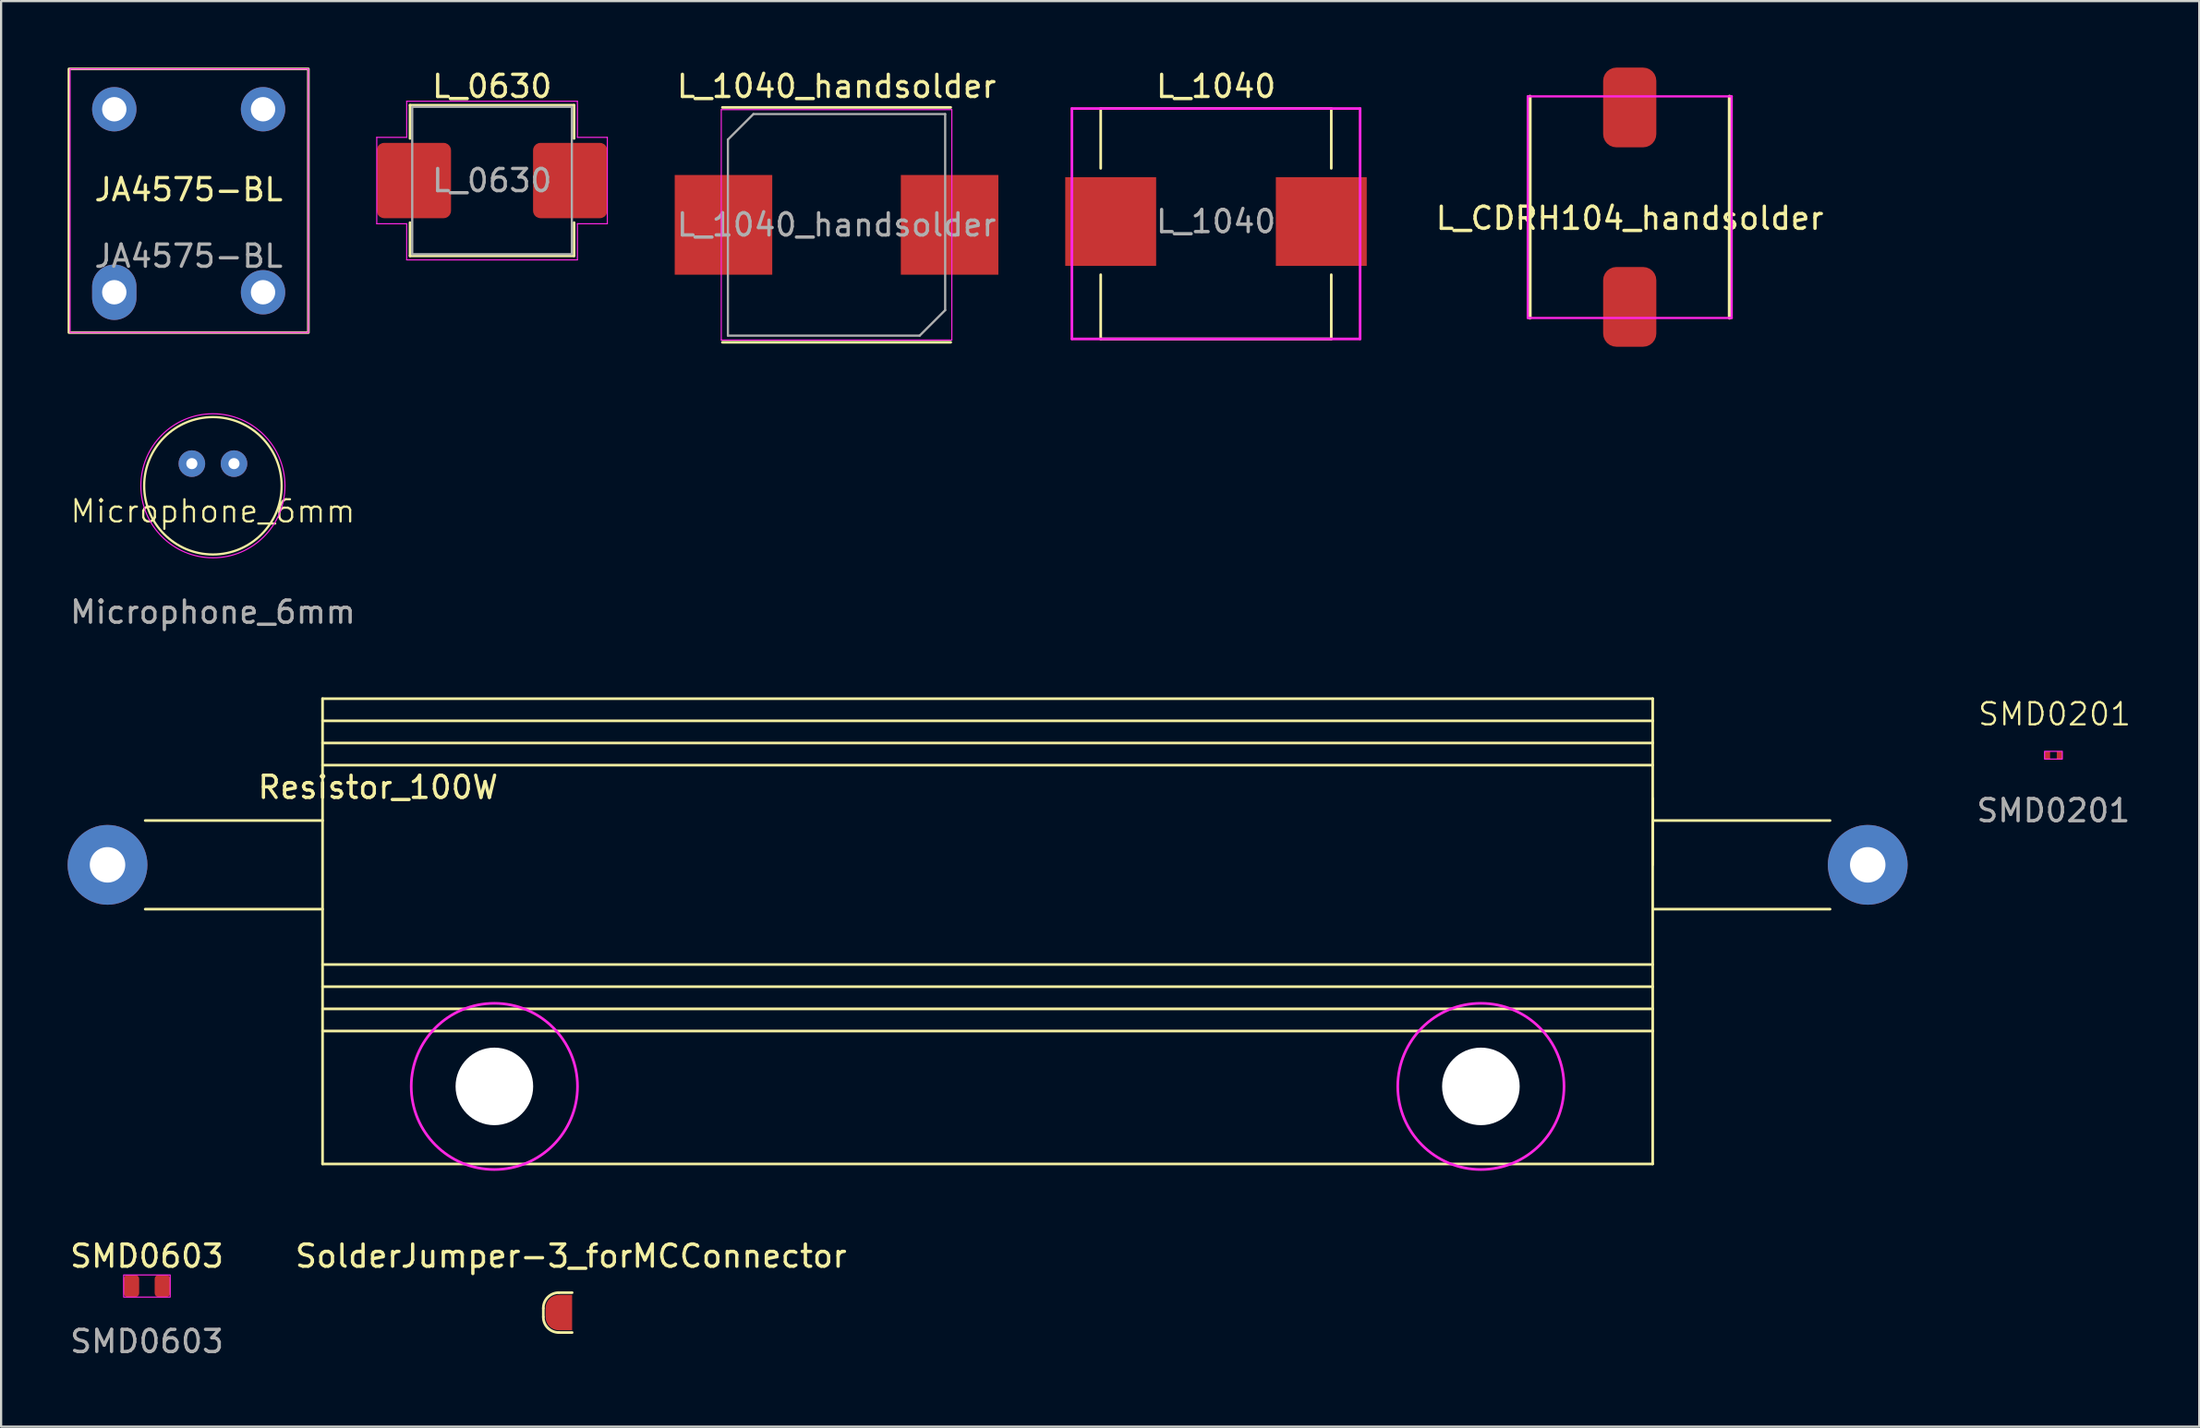
<source format=kicad_pcb>
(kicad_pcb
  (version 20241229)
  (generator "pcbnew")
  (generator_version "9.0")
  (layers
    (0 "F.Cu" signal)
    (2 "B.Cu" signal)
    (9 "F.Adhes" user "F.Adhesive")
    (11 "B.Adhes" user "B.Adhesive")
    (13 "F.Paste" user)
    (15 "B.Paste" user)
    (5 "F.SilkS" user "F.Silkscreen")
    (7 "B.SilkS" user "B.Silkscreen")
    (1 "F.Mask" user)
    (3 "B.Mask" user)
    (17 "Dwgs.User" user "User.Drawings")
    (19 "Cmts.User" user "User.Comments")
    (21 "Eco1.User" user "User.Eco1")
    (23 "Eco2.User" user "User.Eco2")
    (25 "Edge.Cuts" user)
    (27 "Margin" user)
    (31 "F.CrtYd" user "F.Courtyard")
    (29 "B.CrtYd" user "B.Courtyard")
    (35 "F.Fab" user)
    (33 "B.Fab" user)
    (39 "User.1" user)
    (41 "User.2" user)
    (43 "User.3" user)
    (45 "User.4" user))
  (footprint "SMD0603"
    (layer "F.Cu")
    (at 3.577 54.992)
    (property "Reference" "SMD0603" (at 0 -1.35 0) (unlocked yes) (layer "F.SilkS") (effects (font (size 1 1) (thickness 0.15))))
    (attr smd)
    (fp_rect (start -1.05 -0.5) (end 1.05 0.5) (stroke (width 0.05) (type default)) (fill no) (layer "F.CrtYd"))
    (fp_text user "${REFERENCE}" (at 0 2.5 0) (unlocked yes) (layer "F.Fab") (effects (font (size 1 1) (thickness 0.15))))
    (pad "1" smd roundrect (at -0.7 0) (size 0.7 1) (layers "F.Cu" "F.Mask" "F.Paste") (roundrect_rratio 0.25))
    (pad "2" smd roundrect (at 0.7 0) (size 0.7 1) (layers "F.Cu" "F.Mask" "F.Paste") (roundrect_rratio 0.25)))
  (footprint "SolderJumper-3_forMCConnector"
    (layer "F.Cu")
    (at 22.758 56.191)
    (property "Reference" "SolderJumper-3_forMCConnector" (at -0.05 -2.55 0) (layer "F.SilkS") (effects (font (size 1 1) (thickness 0.15))))
    (attr exclude_from_pos_files exclude_from_bom)
    (fp_line (start -1.3 0.2) (end -1.3 -0.2) (stroke (width 0.12) (type solid)) (layer "F.SilkS"))
    (fp_line (start -0.6 -0.9) (end 0 -0.9) (stroke (width 0.12) (type solid)) (layer "F.SilkS"))
    (fp_line (start -0.6 0.9) (end 0 0.9) (stroke (width 0.12) (type solid)) (layer "F.SilkS"))
    (fp_arc (start -1.3 -0.2) (mid -1.094975 -0.694975) (end -0.6 -0.9) (stroke (width 0.12) (type solid)) (layer "F.SilkS"))
    (fp_arc (start -0.6 0.9) (mid -1.094975 0.694975) (end -1.3 0.2) (stroke (width 0.12) (type solid)) (layer "F.SilkS"))
    (pad "1" smd custom (at -0.6 0) (size 1.2 0.4) (layers "F.Cu" "F.Mask") (options (anchor rect)) (primitives (gr_circle (center 0 0.2) (end 0.6 0.2) (width 0) (fill yes)) (gr_circle (center 0 -0.2) (end 0.6 -0.2) (width 0) (fill yes)) (gr_poly (pts (xy 0.6 0.8) (xy 0 0.8) (xy 0 -0.8) (xy 0.6 -0.8)) (width 0) (fill yes)))))
  (footprint "L_CDRH104_handsolder"
    (layer "F.Cu")
    (at 70.464 6.3)
    (property "Reference" "L_CDRH104_handsolder" (at 0 0.5 0) (layer "F.SilkS") (effects (font (size 1 1) (thickness 0.15))))
    (attr through_hole)
    (fp_line (start -4.5 -5) (end -4.5 5) (stroke (width 0.15) (type solid)) (layer "F.SilkS"))
    (fp_line (start 4.5 -5) (end 4.5 5) (stroke (width 0.15) (type solid)) (layer "F.SilkS"))
    (fp_line (start -4.6 -5) (end 4.6 -5) (stroke (width 0.1) (type solid)) (layer "F.CrtYd"))
    (fp_line (start -4.6 5) (end -4.6 -5) (stroke (width 0.1) (type solid)) (layer "F.CrtYd"))
    (fp_line (start -4.6 5) (end 4.6 5) (stroke (width 0.1) (type solid)) (layer "F.CrtYd"))
    (fp_line (start 4.6 -5) (end 4.6 5) (stroke (width 0.1) (type solid)) (layer "F.CrtYd"))
    (pad "1" smd roundrect (at 0 -4.5) (size 2.4 3.6) (layers "F.Cu" "F.Mask" "F.Paste") (roundrect_rratio 0.25))
    (pad "2" smd roundrect (at 0 4.5) (size 2.4 3.6) (layers "F.Cu" "F.Mask" "F.Paste") (roundrect_rratio 0.25)))
  (footprint "L_1040_handsolder"
    (layer "F.Cu")
    (at 34.685 7.098)
    (property "Reference" "L_1040_handsolder" (at 0 -6.25 0) (layer "F.SilkS") (effects (font (size 1 1) (thickness 0.15))))
    (attr smd)
    (fp_line (start -5.15 -5.3) (end 5.15 -5.3) (stroke (width 0.12) (type solid)) (layer "F.SilkS"))
    (fp_line (start -5.15 5.3) (end 5.15 5.3) (stroke (width 0.12) (type solid)) (layer "F.SilkS"))
    (fp_line (start -5.2 -5.2) (end -5.2 5.2) (stroke (width 0.05) (type solid)) (layer "F.CrtYd"))
    (fp_line (start -5.2 5.2) (end 5.2 5.2) (stroke (width 0.05) (type solid)) (layer "F.CrtYd"))
    (fp_line (start 5.2 -5.2) (end -5.2 -5.2) (stroke (width 0.05) (type solid)) (layer "F.CrtYd"))
    (fp_line (start 5.2 5.2) (end 5.2 -5.2) (stroke (width 0.05) (type solid)) (layer "F.CrtYd"))
    (fp_line (start -4.9 -3.85) (end -4.9 5) (stroke (width 0.1) (type solid)) (layer "F.Fab"))
    (fp_line (start -4.9 -3.85) (end -3.75 -5) (stroke (width 0.1) (type solid)) (layer "F.Fab"))
    (fp_line (start -4.9 5) (end 3.75 5) (stroke (width 0.1) (type solid)) (layer "F.Fab"))
    (fp_line (start 3.75 5) (end 4.9 3.85) (stroke (width 0.1) (type solid)) (layer "F.Fab"))
    (fp_line (start 4.9 -5) (end -3.75 -5) (stroke (width 0.1) (type solid)) (layer "F.Fab"))
    (fp_line (start 4.9 3.85) (end 4.9 -5) (stroke (width 0.1) (type solid)) (layer "F.Fab"))
    (fp_text user "${REFERENCE}" (at 0 0 0) (layer "F.Fab") (effects (font (size 1 1) (thickness 0.15))))
    (pad "1" smd rect (at -5.1 0) (size 4.4 4.5) (layers "F.Cu" "F.Mask" "F.Paste"))
    (pad "2" smd rect (at 5.1 0) (size 4.4 4.5) (layers "F.Cu" "F.Mask" "F.Paste")))
  (footprint "L_0630"
    (layer "F.Cu")
    (at 19.145 5.098)
    (property "Reference" "L_0630" (at 0 -4.25 0) (layer "F.SilkS") (effects (font (size 1 1) (thickness 0.15))))
    (attr smd)
    (fp_line (start -3.7 -3.4) (end -3.7 -1.9) (stroke (width 0.12) (type solid)) (layer "F.SilkS"))
    (fp_line (start -3.7 3.4) (end -3.7 1.9) (stroke (width 0.12) (type solid)) (layer "F.SilkS"))
    (fp_line (start -3.7 3.4) (end 3.7 3.4) (stroke (width 0.12) (type solid)) (layer "F.SilkS"))
    (fp_line (start 3.7 -3.4) (end -3.7 -3.4) (stroke (width 0.12) (type solid)) (layer "F.SilkS"))
    (fp_line (start 3.7 -3.4) (end 3.7 -1.9) (stroke (width 0.12) (type solid)) (layer "F.SilkS"))
    (fp_line (start 3.7 3.4) (end 3.7 1.9) (stroke (width 0.12) (type solid)) (layer "F.SilkS"))
    (fp_line (start -5.2 -1.95) (end -5.2 1.95) (stroke (width 0.05) (type solid)) (layer "F.CrtYd"))
    (fp_line (start -5.2 1.95) (end -3.85 1.95) (stroke (width 0.05) (type solid)) (layer "F.CrtYd"))
    (fp_line (start -3.85 -3.58) (end -3.85 -1.95) (stroke (width 0.05) (type solid)) (layer "F.CrtYd"))
    (fp_line (start -3.85 -1.95) (end -5.2 -1.95) (stroke (width 0.05) (type solid)) (layer "F.CrtYd"))
    (fp_line (start -3.85 1.95) (end -3.85 3.58) (stroke (width 0.05) (type solid)) (layer "F.CrtYd"))
    (fp_line (start -3.85 3.58) (end 3.85 3.58) (stroke (width 0.05) (type solid)) (layer "F.CrtYd"))
    (fp_line (start 3.85 -3.58) (end -3.85 -3.58) (stroke (width 0.05) (type solid)) (layer "F.CrtYd"))
    (fp_line (start 3.85 -1.95) (end 3.85 -3.58) (stroke (width 0.05) (type solid)) (layer "F.CrtYd"))
    (fp_line (start 3.85 1.95) (end 5.2 1.95) (stroke (width 0.05) (type solid)) (layer "F.CrtYd"))
    (fp_line (start 3.85 3.58) (end 3.85 1.95) (stroke (width 0.05) (type solid)) (layer "F.CrtYd"))
    (fp_line (start 5.2 -1.95) (end 3.85 -1.95) (stroke (width 0.05) (type solid)) (layer "F.CrtYd"))
    (fp_line (start 5.2 1.95) (end 5.2 -1.95) (stroke (width 0.05) (type solid)) (layer "F.CrtYd"))
    (fp_line (start -3.6 -3.325) (end 3.6 -3.325) (stroke (width 0.1) (type solid)) (layer "F.Fab"))
    (fp_line (start -3.6 3.325) (end -3.6 -3.325) (stroke (width 0.1) (type solid)) (layer "F.Fab"))
    (fp_line (start 3.6 -3.325) (end 3.6 3.325) (stroke (width 0.1) (type solid)) (layer "F.Fab"))
    (fp_line (start 3.6 3.325) (end -3.6 3.325) (stroke (width 0.1) (type solid)) (layer "F.Fab"))
    (fp_text user "${REFERENCE}" (at 0 0 0) (layer "F.Fab") (effects (font (size 1 1) (thickness 0.15))))
    (pad "1" smd roundrect (at -3.525 0) (size 3.35 3.4) (layers "F.Cu" "F.Mask" "F.Paste") (roundrect_rratio 0.1))
    (pad "2" smd roundrect (at 3.525 0) (size 3.35 3.4) (layers "F.Cu" "F.Mask" "F.Paste") (roundrect_rratio 0.1)))
  (footprint "SMD0201"
    (layer "F.Cu")
    (at 89.577 31.034)
    (property "Reference" "SMD0201" (at 0.05 -1.85 0) (unlocked yes) (layer "F.SilkS") (effects (font (size 1 1) (thickness 0.1))))
    (attr smd)
    (fp_rect (start -0.4 -0.175) (end 0.4 0.175) (stroke (width 0.05) (type default)) (fill no) (layer "F.CrtYd"))
    (fp_text user "${REFERENCE}" (at 0 2.5 0) (unlocked yes) (layer "F.Fab") (effects (font (size 1 1) (thickness 0.15))))
    (pad "1" smd rect (at -0.275 0 90) (size 0.35 0.25) (layers "F.Cu" "F.Mask" "F.Paste"))
    (pad "2" smd rect (at 0.275 0 90) (size 0.35 0.25) (layers "F.Cu" "F.Mask" "F.Paste")))
  (footprint "Resistor_100W"
    (layer "F.Cu")
    (at 41.5 35.983)
    (property "Reference" "Resistor_100W" (at -27.5 -3.5 0) (layer "F.SilkS") (effects (font (size 1 1) (thickness 0.15))))
    (attr through_hole)
    (fp_line (start -38 -2) (end -30 -2) (stroke (width 0.12) (type solid)) (layer "F.SilkS"))
    (fp_line (start -30 -7.5) (end 30 -7.5) (stroke (width 0.12) (type solid)) (layer "F.SilkS"))
    (fp_line (start -30 -4.5) (end 30 -4.5) (stroke (width 0.12) (type solid)) (layer "F.SilkS"))
    (fp_line (start -30 2) (end -38 2) (stroke (width 0.12) (type solid)) (layer "F.SilkS"))
    (fp_line (start -30 4.5) (end 30 4.5) (stroke (width 0.12) (type solid)) (layer "F.SilkS"))
    (fp_line (start -30 5.5) (end 30 5.5) (stroke (width 0.12) (type solid)) (layer "F.SilkS"))
    (fp_line (start -30 6.5) (end 30 6.5) (stroke (width 0.12) (type solid)) (layer "F.SilkS"))
    (fp_line (start -30 7.5) (end 30 7.5) (stroke (width 0.12) (type solid)) (layer "F.SilkS"))
    (fp_line (start -30 13.5) (end -30 -7.5) (stroke (width 0.12) (type solid)) (layer "F.SilkS"))
    (fp_line (start 30 -7.5) (end 30 13.5) (stroke (width 0.12) (type solid)) (layer "F.SilkS"))
    (fp_line (start 30 -6.5) (end -30 -6.5) (stroke (width 0.12) (type solid)) (layer "F.SilkS"))
    (fp_line (start 30 -5.5) (end -30 -5.5) (stroke (width 0.12) (type solid)) (layer "F.SilkS"))
    (fp_line (start 30 -2) (end 38 -2) (stroke (width 0.12) (type solid)) (layer "F.SilkS"))
    (fp_line (start 30 0) (end 30 -3) (stroke (width 0.12) (type solid)) (layer "F.SilkS"))
    (fp_line (start 30 13.5) (end -30 13.5) (stroke (width 0.12) (type solid)) (layer "F.SilkS"))
    (fp_line (start 38 2) (end 30 2) (stroke (width 0.12) (type solid)) (layer "F.SilkS"))
    (fp_circle (center -22.25 10) (end -22.25 6.25) (stroke (width 0.12) (type solid)) (fill no) (layer "F.CrtYd"))
    (fp_circle (center 22.25 10) (end 22.25 6.25) (stroke (width 0.12) (type solid)) (fill no) (layer "F.CrtYd"))
    (pad "" np_thru_hole oval (at -22.25 10) (size 3.5 3.5) (drill oval 3.5) (layers "*.Cu" "*.Mask"))
    (pad "" np_thru_hole oval (at 22.25 10) (size 3.5 3.5) (drill oval 3.5) (layers "*.Cu" "*.Mask"))
    (pad "1" thru_hole circle (at -39.7 0) (size 3.6 3.6) (drill 1.6) (layers "*.Cu" "*.Mask"))
    (pad "2" thru_hole circle (at 39.7 0) (size 3.6 3.6) (drill 1.6) (layers "*.Cu" "*.Mask")))
  (footprint "L_1040"
    (layer "F.Cu")
    (at 51.801 6.948)
    (property "Reference" "L_1040" (at 0 -6.1 0) (layer "F.SilkS") (effects (font (size 1 1) (thickness 0.15))))
    (attr smd)
    (fp_line (start -5.2 -5.1) (end 5.2 -5.1) (stroke (width 0.12) (type solid)) (layer "F.SilkS"))
    (fp_line (start -5.2 -2.4) (end -5.2 -5.1) (stroke (width 0.12) (type solid)) (layer "F.SilkS"))
    (fp_line (start -5.2 2.4) (end -5.2 5.3) (stroke (width 0.12) (type solid)) (layer "F.SilkS"))
    (fp_line (start -5.2 5.3) (end 5.2 5.3) (stroke (width 0.12) (type solid)) (layer "F.SilkS"))
    (fp_line (start 5.2 -5.1) (end 5.2 -2.4) (stroke (width 0.12) (type solid)) (layer "F.SilkS"))
    (fp_line (start 5.2 5.3) (end 5.2 2.4) (stroke (width 0.12) (type solid)) (layer "F.SilkS"))
    (fp_line (start -6.5 -5.1) (end 6.5 -5.1) (stroke (width 0.12) (type solid)) (layer "F.CrtYd"))
    (fp_line (start -6.5 5.3) (end -6.5 -5.1) (stroke (width 0.12) (type solid)) (layer "F.CrtYd"))
    (fp_line (start 6.5 -5.1) (end 6.5 5.3) (stroke (width 0.12) (type solid)) (layer "F.CrtYd"))
    (fp_line (start 6.5 5.3) (end -6.5 5.3) (stroke (width 0.12) (type solid)) (layer "F.CrtYd"))
    (fp_text user "${REFERENCE}" (at 0 0 0) (layer "F.Fab") (effects (font (size 1 1) (thickness 0.15))))
    (pad "1" smd rect (at -4.75 0) (size 4.1 4) (layers "F.Cu" "F.Mask" "F.Paste"))
    (pad "2" smd rect (at 4.75 0) (size 4.1 4) (layers "F.Cu" "F.Mask" "F.Paste")))
  (footprint "JA4575-BL"
    (layer "F.Cu")
    (at 5.46 6.01)
    (property "Reference" "JA4575-BL" (at 0 -0.5 0) (unlocked yes) (layer "F.SilkS") (effects (font (size 1 1) (thickness 0.15))))
    (attr through_hole)
    (fp_rect (start -5.4 -5.95) (end 5.4 5.95) (stroke (width 0.12) (type solid)) (fill no) (layer "F.SilkS"))
    (fp_rect (start -5.35 -5.95) (end 5.4 5.95) (stroke (width 0.05) (type solid)) (fill no) (layer "F.CrtYd"))
    (fp_text user "${REFERENCE}" (at 0 2.5 0) (unlocked yes) (layer "F.Fab") (effects (font (size 1 1) (thickness 0.15))))
    (pad "1" thru_hole oval (at -3.355 4.13) (size 2 2.5) (drill 1.1) (layers "*.Cu" "*.Mask"))
    (pad "2" thru_hole circle (at 3.355 4.13) (size 2 2) (drill 1.1) (layers "*.Cu" "*.Mask"))
    (pad "3" thru_hole circle (at -3.355 -4.13) (size 2 2) (drill 1.1) (layers "*.Cu" "*.Mask"))
    (pad "4" thru_hole circle (at 3.355 -4.13) (size 2 2) (drill 1.1) (layers "*.Cu" "*.Mask")))
  (footprint "Microphone_6mm"
    (layer "F.Cu")
    (at 6.554 18.875)
    (property "Reference" "Microphone_6mm" (at 0 1.15 0) (unlocked yes) (layer "F.SilkS") (effects (font (size 1 1) (thickness 0.1))))
    (attr through_hole)
    (fp_circle (center 0 0) (end 3.1 0) (stroke (width 0.1) (type default)) (fill no) (layer "F.SilkS"))
    (fp_circle (center 0 0) (end 3.25 0) (stroke (width 0.05) (type default)) (fill no) (layer "F.CrtYd"))
    (fp_text user "${REFERENCE}" (at 0 5.7 0) (unlocked yes) (layer "F.Fab") (effects (font (size 1 1) (thickness 0.15))))
    (pad "1" thru_hole circle (at -0.95 -1) (size 1.2 1.2) (drill 0.5) (layers "*.Cu" "*.Mask"))
    (pad "2" thru_hole circle (at 0.95 -1) (size 1.2 1.2) (drill 0.5) (layers "*.Cu" "*.Mask")))
  (gr_rect
    (start -3 -3)
    (end 96.155 61.34)
    (stroke (width 0.1) (type default))
    (fill no)
    (layer "Edge.Cuts")))
</source>
